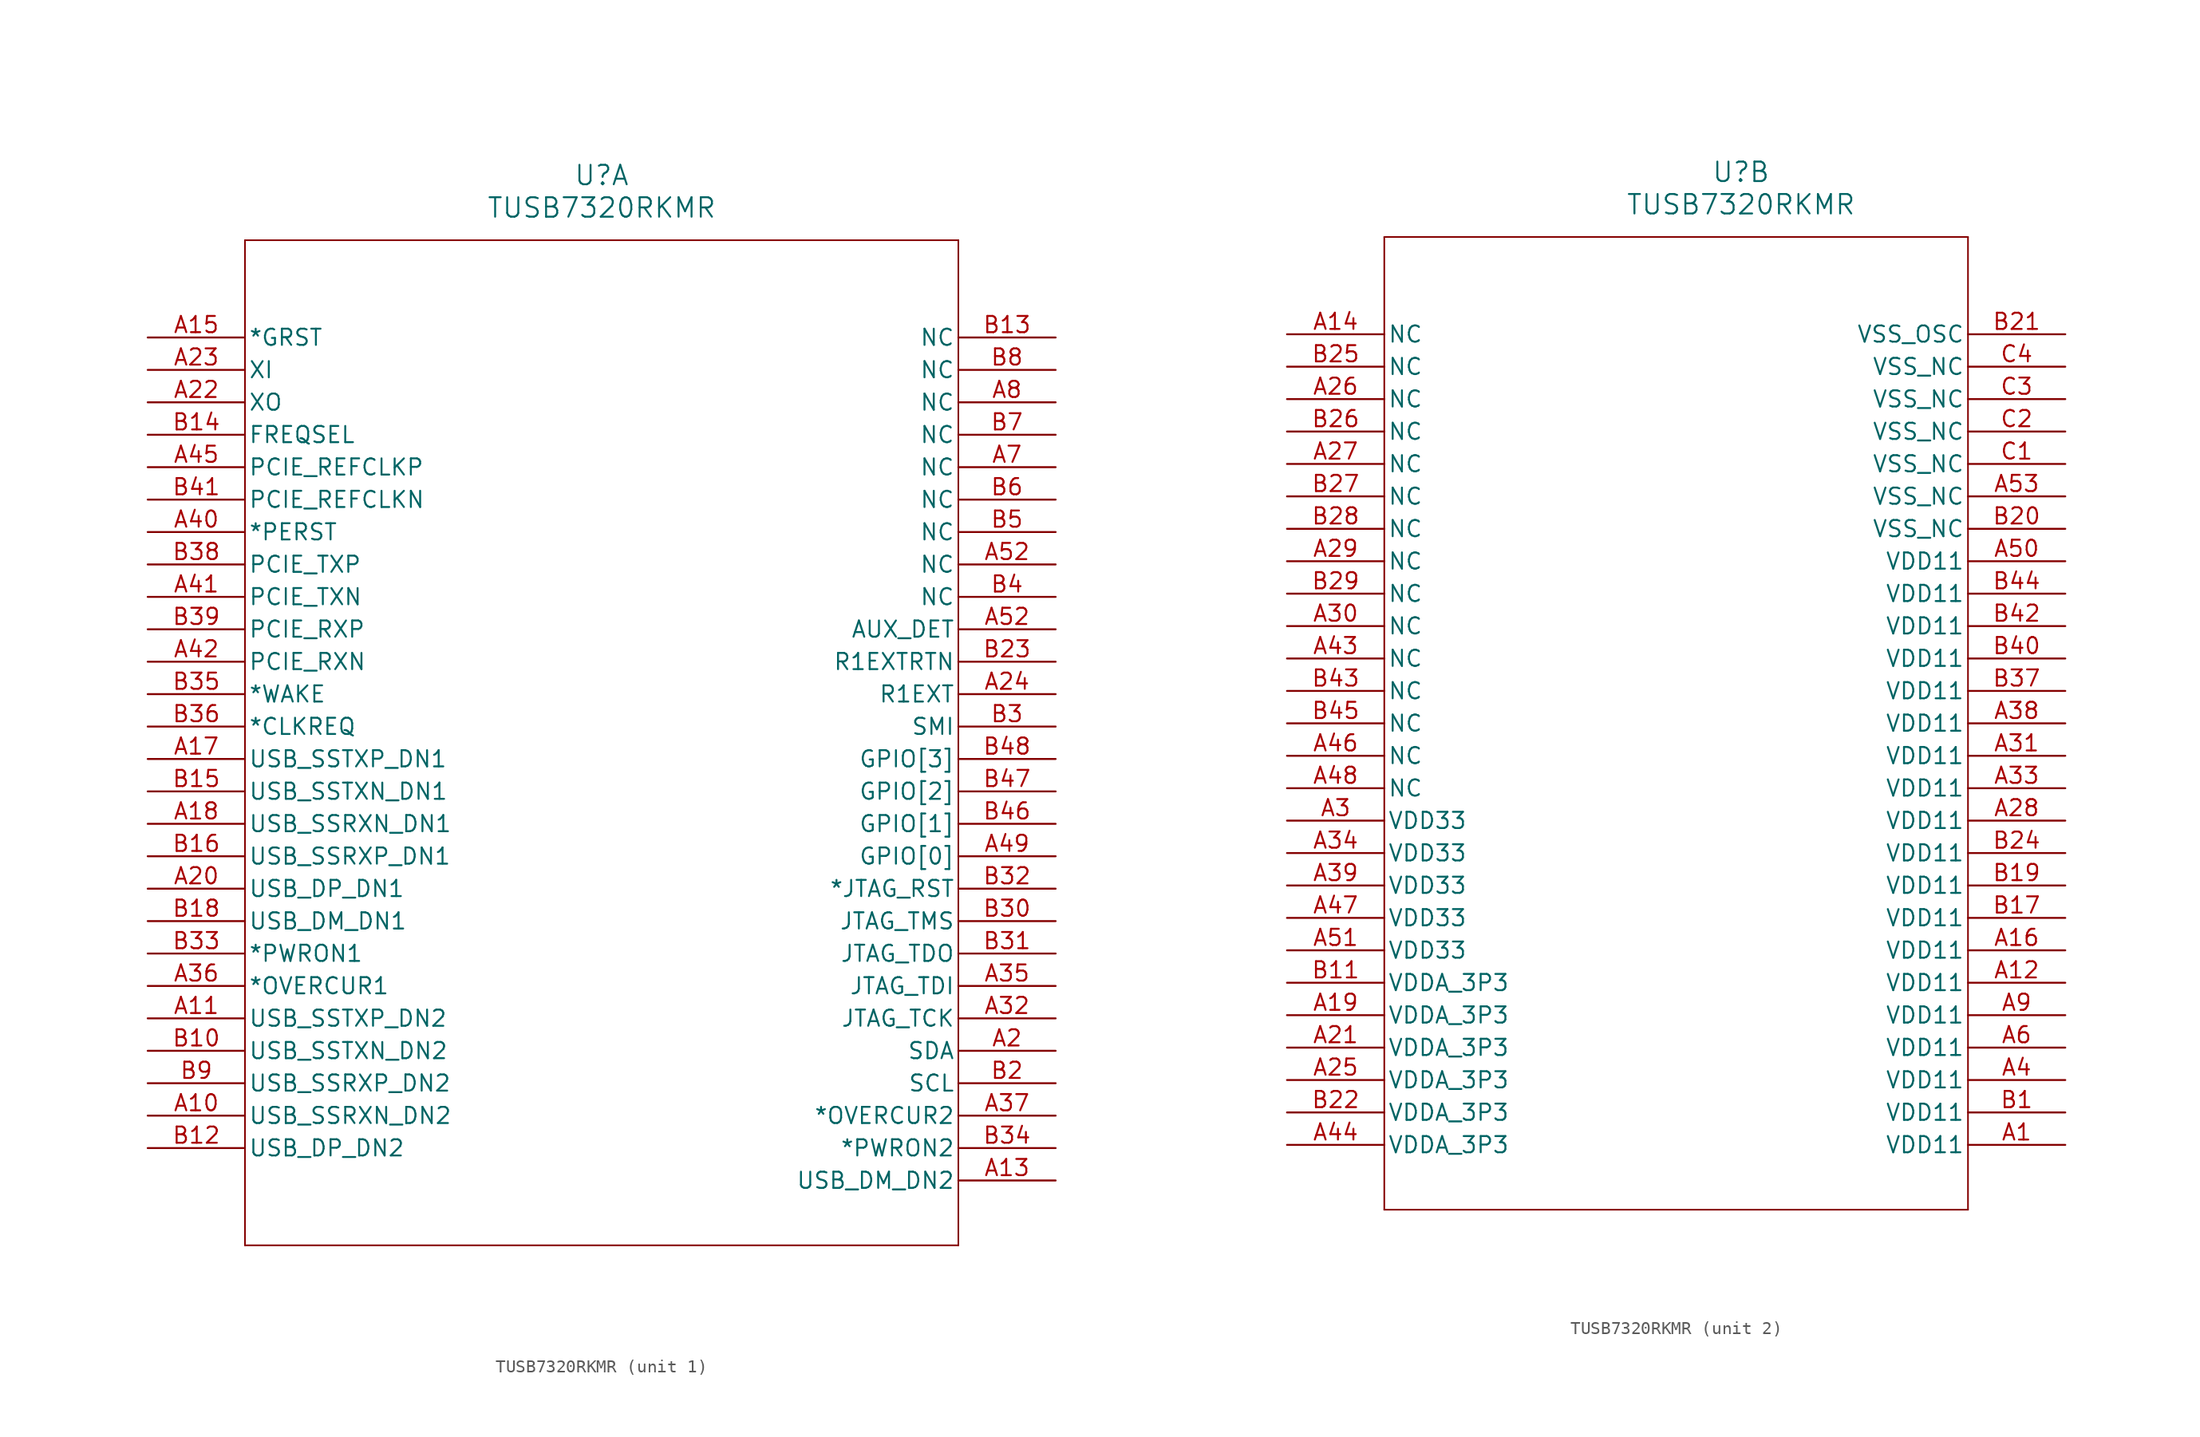
<source format=kicad_sym>
(kicad_symbol_lib
  (version 20211014)
  (generator kicad_symbol_editor)
  (symbol "TUSB7320RKMR"
    (pin_names
      (offset 0.254))
    (property "Reference" "U"
      (at 35.56 12.7 0)
      (effects (font (size 1.524 1.524))))
    (property "Value" "TUSB7320RKMR"
      (at 35.56 10.16 0)
      (effects (font (size 1.524 1.524))))
    (symbol "TUSB7320RKMR_1_1"
      (polyline (pts (xy 7.62 7.62) (xy 7.62 -71.12)) (stroke (width 0.127) (type default) (color 0 0 0 0)) (fill (type none)))
      (polyline (pts (xy 7.62 -71.12) (xy 63.5 -71.12)) (stroke (width 0.127) (type default) (color 0 0 0 0)) (fill (type none)))
      (polyline (pts (xy 63.5 -71.12) (xy 63.5 7.62)) (stroke (width 0.127) (type default) (color 0 0 0 0)) (fill (type none)))
      (polyline (pts (xy 63.5 7.62) (xy 7.62 7.62)) (stroke (width 0.127) (type default) (color 0 0 0 0)) (fill (type none)))
      (pin unspecified line (at 0 0 0) (length 7.62) (name "*GRST" (effects (font (size 1.27 1.27)))) (number "A15" (effects (font (size 1.27 1.27)))))
      (pin unspecified line (at 0 -2.54 0) (length 7.62) (name "XI" (effects (font (size 1.27 1.27)))) (number "A23" (effects (font (size 1.27 1.27)))))
      (pin unspecified line (at 0 -5.08 0) (length 7.62) (name "XO" (effects (font (size 1.27 1.27)))) (number "A22" (effects (font (size 1.27 1.27)))))
      (pin unspecified line (at 0 -7.62 0) (length 7.62) (name "FREQSEL" (effects (font (size 1.27 1.27)))) (number "B14" (effects (font (size 1.27 1.27)))))
      (pin unspecified line (at 0 -10.16 0) (length 7.62) (name "PCIE_REFCLKP" (effects (font (size 1.27 1.27)))) (number "A45" (effects (font (size 1.27 1.27)))))
      (pin unspecified line (at 0 -12.7 0) (length 7.62) (name "PCIE_REFCLKN" (effects (font (size 1.27 1.27)))) (number "B41" (effects (font (size 1.27 1.27)))))
      (pin unspecified line (at 0 -15.24 0) (length 7.62) (name "*PERST" (effects (font (size 1.27 1.27)))) (number "A40" (effects (font (size 1.27 1.27)))))
      (pin unspecified line (at 0 -17.78 0) (length 7.62) (name "PCIE_TXP" (effects (font (size 1.27 1.27)))) (number "B38" (effects (font (size 1.27 1.27)))))
      (pin unspecified line (at 0 -20.32 0) (length 7.62) (name "PCIE_TXN" (effects (font (size 1.27 1.27)))) (number "A41" (effects (font (size 1.27 1.27)))))
      (pin unspecified line (at 0 -22.86 0) (length 7.62) (name "PCIE_RXP" (effects (font (size 1.27 1.27)))) (number "B39" (effects (font (size 1.27 1.27)))))
      (pin unspecified line (at 0 -25.4 0) (length 7.62) (name "PCIE_RXN" (effects (font (size 1.27 1.27)))) (number "A42" (effects (font (size 1.27 1.27)))))
      (pin unspecified line (at 0 -27.94 0) (length 7.62) (name "*WAKE" (effects (font (size 1.27 1.27)))) (number "B35" (effects (font (size 1.27 1.27)))))
      (pin unspecified line (at 0 -30.48 0) (length 7.62) (name "*CLKREQ" (effects (font (size 1.27 1.27)))) (number "B36" (effects (font (size 1.27 1.27)))))
      (pin unspecified line (at 0 -33.02 0) (length 7.62) (name "USB_SSTXP_DN1" (effects (font (size 1.27 1.27)))) (number "A17" (effects (font (size 1.27 1.27)))))
      (pin unspecified line (at 0 -35.56 0) (length 7.62) (name "USB_SSTXN_DN1" (effects (font (size 1.27 1.27)))) (number "B15" (effects (font (size 1.27 1.27)))))
      (pin unspecified line (at 0 -38.1 0) (length 7.62) (name "USB_SSRXN_DN1" (effects (font (size 1.27 1.27)))) (number "A18" (effects (font (size 1.27 1.27)))))
      (pin unspecified line (at 0 -40.64 0) (length 7.62) (name "USB_SSRXP_DN1" (effects (font (size 1.27 1.27)))) (number "B16" (effects (font (size 1.27 1.27)))))
      (pin unspecified line (at 0 -43.18 0) (length 7.62) (name "USB_DP_DN1" (effects (font (size 1.27 1.27)))) (number "A20" (effects (font (size 1.27 1.27)))))
      (pin unspecified line (at 0 -45.72 0) (length 7.62) (name "USB_DM_DN1" (effects (font (size 1.27 1.27)))) (number "B18" (effects (font (size 1.27 1.27)))))
      (pin unspecified line (at 0 -48.26 0) (length 7.62) (name "*PWRON1" (effects (font (size 1.27 1.27)))) (number "B33" (effects (font (size 1.27 1.27)))))
      (pin unspecified line (at 0 -50.8 0) (length 7.62) (name "*OVERCUR1" (effects (font (size 1.27 1.27)))) (number "A36" (effects (font (size 1.27 1.27)))))
      (pin unspecified line (at 0 -53.34 0) (length 7.62) (name "USB_SSTXP_DN2" (effects (font (size 1.27 1.27)))) (number "A11" (effects (font (size 1.27 1.27)))))
      (pin unspecified line (at 0 -55.88 0) (length 7.62) (name "USB_SSTXN_DN2" (effects (font (size 1.27 1.27)))) (number "B10" (effects (font (size 1.27 1.27)))))
      (pin unspecified line (at 0 -58.42 0) (length 7.62) (name "USB_SSRXP_DN2" (effects (font (size 1.27 1.27)))) (number "B9" (effects (font (size 1.27 1.27)))))
      (pin unspecified line (at 0 -60.96 0) (length 7.62) (name "USB_SSRXN_DN2" (effects (font (size 1.27 1.27)))) (number "A10" (effects (font (size 1.27 1.27)))))
      (pin unspecified line (at 0 -63.5 0) (length 7.62) (name "USB_DP_DN2" (effects (font (size 1.27 1.27)))) (number "B12" (effects (font (size 1.27 1.27)))))
      (pin unspecified line (at 71.12 -66.04 180) (length 7.62) (name "USB_DM_DN2" (effects (font (size 1.27 1.27)))) (number "A13" (effects (font (size 1.27 1.27)))))
      (pin unspecified line (at 71.12 -63.5 180) (length 7.62) (name "*PWRON2" (effects (font (size 1.27 1.27)))) (number "B34" (effects (font (size 1.27 1.27)))))
      (pin unspecified line (at 71.12 -60.96 180) (length 7.62) (name "*OVERCUR2" (effects (font (size 1.27 1.27)))) (number "A37" (effects (font (size 1.27 1.27)))))
      (pin unspecified line (at 71.12 -58.42 180) (length 7.62) (name "SCL" (effects (font (size 1.27 1.27)))) (number "B2" (effects (font (size 1.27 1.27)))))
      (pin unspecified line (at 71.12 -55.88 180) (length 7.62) (name "SDA" (effects (font (size 1.27 1.27)))) (number "A2" (effects (font (size 1.27 1.27)))))
      (pin unspecified line (at 71.12 -53.34 180) (length 7.62) (name "JTAG_TCK" (effects (font (size 1.27 1.27)))) (number "A32" (effects (font (size 1.27 1.27)))))
      (pin unspecified line (at 71.12 -50.8 180) (length 7.62) (name "JTAG_TDI" (effects (font (size 1.27 1.27)))) (number "A35" (effects (font (size 1.27 1.27)))))
      (pin unspecified line (at 71.12 -48.26 180) (length 7.62) (name "JTAG_TDO" (effects (font (size 1.27 1.27)))) (number "B31" (effects (font (size 1.27 1.27)))))
      (pin unspecified line (at 71.12 -45.72 180) (length 7.62) (name "JTAG_TMS" (effects (font (size 1.27 1.27)))) (number "B30" (effects (font (size 1.27 1.27)))))
      (pin unspecified line (at 71.12 -43.18 180) (length 7.62) (name "*JTAG_RST" (effects (font (size 1.27 1.27)))) (number "B32" (effects (font (size 1.27 1.27)))))
      (pin unspecified line (at 71.12 -40.64 180) (length 7.62) (name "GPIO[0]" (effects (font (size 1.27 1.27)))) (number "A49" (effects (font (size 1.27 1.27)))))
      (pin unspecified line (at 71.12 -38.1 180) (length 7.62) (name "GPIO[1]" (effects (font (size 1.27 1.27)))) (number "B46" (effects (font (size 1.27 1.27)))))
      (pin unspecified line (at 71.12 -35.56 180) (length 7.62) (name "GPIO[2]" (effects (font (size 1.27 1.27)))) (number "B47" (effects (font (size 1.27 1.27)))))
      (pin unspecified line (at 71.12 -33.02 180) (length 7.62) (name "GPIO[3]" (effects (font (size 1.27 1.27)))) (number "B48" (effects (font (size 1.27 1.27)))))
      (pin unspecified line (at 71.12 -30.48 180) (length 7.62) (name "SMI" (effects (font (size 1.27 1.27)))) (number "B3" (effects (font (size 1.27 1.27)))))
      (pin unspecified line (at 71.12 -27.94 180) (length 7.62) (name "R1EXT" (effects (font (size 1.27 1.27)))) (number "A24" (effects (font (size 1.27 1.27)))))
      (pin unspecified line (at 71.12 -25.4 180) (length 7.62) (name "R1EXTRTN" (effects (font (size 1.27 1.27)))) (number "B23" (effects (font (size 1.27 1.27)))))
      (pin unspecified line (at 71.12 -22.86 180) (length 7.62) (name "AUX_DET" (effects (font (size 1.27 1.27)))) (number "A52" (effects (font (size 1.27 1.27)))))
      (pin unspecified line (at 71.12 -20.32 180) (length 7.62) (name "NC" (effects (font (size 1.27 1.27)))) (number "B4" (effects (font (size 1.27 1.27)))))
      (pin unspecified line (at 71.12 -17.78 180) (length 7.62) (name "NC" (effects (font (size 1.27 1.27)))) (number "A52" (effects (font (size 1.27 1.27)))))
      (pin unspecified line (at 71.12 -15.24 180) (length 7.62) (name "NC" (effects (font (size 1.27 1.27)))) (number "B5" (effects (font (size 1.27 1.27)))))
      (pin unspecified line (at 71.12 -12.7 180) (length 7.62) (name "NC" (effects (font (size 1.27 1.27)))) (number "B6" (effects (font (size 1.27 1.27)))))
      (pin unspecified line (at 71.12 -10.16 180) (length 7.62) (name "NC" (effects (font (size 1.27 1.27)))) (number "A7" (effects (font (size 1.27 1.27)))))
      (pin unspecified line (at 71.12 -7.62 180) (length 7.62) (name "NC" (effects (font (size 1.27 1.27)))) (number "B7" (effects (font (size 1.27 1.27)))))
      (pin unspecified line (at 71.12 -5.08 180) (length 7.62) (name "NC" (effects (font (size 1.27 1.27)))) (number "A8" (effects (font (size 1.27 1.27)))))
      (pin unspecified line (at 71.12 -2.54 180) (length 7.62) (name "NC" (effects (font (size 1.27 1.27)))) (number "B8" (effects (font (size 1.27 1.27)))))
      (pin unspecified line (at 71.12 0 180) (length 7.62) (name "NC" (effects (font (size 1.27 1.27)))) (number "B13" (effects (font (size 1.27 1.27))))))
    (symbol "TUSB7320RKMR_2_1"
      (polyline (pts (xy 7.62 7.62) (xy 7.62 -68.58)) (stroke (width 0.127) (type default) (color 0 0 0 0)) (fill (type none)))
      (polyline (pts (xy 7.62 -68.58) (xy 53.34 -68.58)) (stroke (width 0.127) (type default) (color 0 0 0 0)) (fill (type none)))
      (polyline (pts (xy 53.34 -68.58) (xy 53.34 7.62)) (stroke (width 0.127) (type default) (color 0 0 0 0)) (fill (type none)))
      (polyline (pts (xy 53.34 7.62) (xy 7.62 7.62)) (stroke (width 0.127) (type default) (color 0 0 0 0)) (fill (type none)))
      (pin unspecified line (at 0 0 0) (length 7.62) (name "NC" (effects (font (size 1.27 1.27)))) (number "A14" (effects (font (size 1.27 1.27)))))
      (pin unspecified line (at 0 -2.54 0) (length 7.62) (name "NC" (effects (font (size 1.27 1.27)))) (number "B25" (effects (font (size 1.27 1.27)))))
      (pin unspecified line (at 0 -5.08 0) (length 7.62) (name "NC" (effects (font (size 1.27 1.27)))) (number "A26" (effects (font (size 1.27 1.27)))))
      (pin unspecified line (at 0 -7.62 0) (length 7.62) (name "NC" (effects (font (size 1.27 1.27)))) (number "B26" (effects (font (size 1.27 1.27)))))
      (pin unspecified line (at 0 -10.16 0) (length 7.62) (name "NC" (effects (font (size 1.27 1.27)))) (number "A27" (effects (font (size 1.27 1.27)))))
      (pin unspecified line (at 0 -12.7 0) (length 7.62) (name "NC" (effects (font (size 1.27 1.27)))) (number "B27" (effects (font (size 1.27 1.27)))))
      (pin unspecified line (at 0 -15.24 0) (length 7.62) (name "NC" (effects (font (size 1.27 1.27)))) (number "B28" (effects (font (size 1.27 1.27)))))
      (pin unspecified line (at 0 -17.78 0) (length 7.62) (name "NC" (effects (font (size 1.27 1.27)))) (number "A29" (effects (font (size 1.27 1.27)))))
      (pin unspecified line (at 0 -20.32 0) (length 7.62) (name "NC" (effects (font (size 1.27 1.27)))) (number "B29" (effects (font (size 1.27 1.27)))))
      (pin unspecified line (at 0 -22.86 0) (length 7.62) (name "NC" (effects (font (size 1.27 1.27)))) (number "A30" (effects (font (size 1.27 1.27)))))
      (pin unspecified line (at 0 -25.4 0) (length 7.62) (name "NC" (effects (font (size 1.27 1.27)))) (number "A43" (effects (font (size 1.27 1.27)))))
      (pin unspecified line (at 0 -27.94 0) (length 7.62) (name "NC" (effects (font (size 1.27 1.27)))) (number "B43" (effects (font (size 1.27 1.27)))))
      (pin unspecified line (at 0 -30.48 0) (length 7.62) (name "NC" (effects (font (size 1.27 1.27)))) (number "B45" (effects (font (size 1.27 1.27)))))
      (pin unspecified line (at 0 -33.02 0) (length 7.62) (name "NC" (effects (font (size 1.27 1.27)))) (number "A46" (effects (font (size 1.27 1.27)))))
      (pin unspecified line (at 0 -35.56 0) (length 7.62) (name "NC" (effects (font (size 1.27 1.27)))) (number "A48" (effects (font (size 1.27 1.27)))))
      (pin unspecified line (at 0 -38.1 0) (length 7.62) (name "VDD33" (effects (font (size 1.27 1.27)))) (number "A3" (effects (font (size 1.27 1.27)))))
      (pin unspecified line (at 0 -40.64 0) (length 7.62) (name "VDD33" (effects (font (size 1.27 1.27)))) (number "A34" (effects (font (size 1.27 1.27)))))
      (pin unspecified line (at 0 -43.18 0) (length 7.62) (name "VDD33" (effects (font (size 1.27 1.27)))) (number "A39" (effects (font (size 1.27 1.27)))))
      (pin unspecified line (at 0 -45.72 0) (length 7.62) (name "VDD33" (effects (font (size 1.27 1.27)))) (number "A47" (effects (font (size 1.27 1.27)))))
      (pin unspecified line (at 0 -48.26 0) (length 7.62) (name "VDD33" (effects (font (size 1.27 1.27)))) (number "A51" (effects (font (size 1.27 1.27)))))
      (pin unspecified line (at 0 -50.8 0) (length 7.62) (name "VDDA_3P3" (effects (font (size 1.27 1.27)))) (number "B11" (effects (font (size 1.27 1.27)))))
      (pin unspecified line (at 0 -53.34 0) (length 7.62) (name "VDDA_3P3" (effects (font (size 1.27 1.27)))) (number "A19" (effects (font (size 1.27 1.27)))))
      (pin unspecified line (at 0 -55.88 0) (length 7.62) (name "VDDA_3P3" (effects (font (size 1.27 1.27)))) (number "A21" (effects (font (size 1.27 1.27)))))
      (pin unspecified line (at 0 -58.42 0) (length 7.62) (name "VDDA_3P3" (effects (font (size 1.27 1.27)))) (number "A25" (effects (font (size 1.27 1.27)))))
      (pin unspecified line (at 0 -60.96 0) (length 7.62) (name "VDDA_3P3" (effects (font (size 1.27 1.27)))) (number "B22" (effects (font (size 1.27 1.27)))))
      (pin unspecified line (at 0 -63.5 0) (length 7.62) (name "VDDA_3P3" (effects (font (size 1.27 1.27)))) (number "A44" (effects (font (size 1.27 1.27)))))
      (pin unspecified line (at 60.96 -63.5 180) (length 7.62) (name "VDD11" (effects (font (size 1.27 1.27)))) (number "A1" (effects (font (size 1.27 1.27)))))
      (pin unspecified line (at 60.96 -60.96 180) (length 7.62) (name "VDD11" (effects (font (size 1.27 1.27)))) (number "B1" (effects (font (size 1.27 1.27)))))
      (pin unspecified line (at 60.96 -58.42 180) (length 7.62) (name "VDD11" (effects (font (size 1.27 1.27)))) (number "A4" (effects (font (size 1.27 1.27)))))
      (pin unspecified line (at 60.96 -55.88 180) (length 7.62) (name "VDD11" (effects (font (size 1.27 1.27)))) (number "A6" (effects (font (size 1.27 1.27)))))
      (pin unspecified line (at 60.96 -53.34 180) (length 7.62) (name "VDD11" (effects (font (size 1.27 1.27)))) (number "A9" (effects (font (size 1.27 1.27)))))
      (pin unspecified line (at 60.96 -50.8 180) (length 7.62) (name "VDD11" (effects (font (size 1.27 1.27)))) (number "A12" (effects (font (size 1.27 1.27)))))
      (pin unspecified line (at 60.96 -48.26 180) (length 7.62) (name "VDD11" (effects (font (size 1.27 1.27)))) (number "A16" (effects (font (size 1.27 1.27)))))
      (pin unspecified line (at 60.96 -45.72 180) (length 7.62) (name "VDD11" (effects (font (size 1.27 1.27)))) (number "B17" (effects (font (size 1.27 1.27)))))
      (pin unspecified line (at 60.96 -43.18 180) (length 7.62) (name "VDD11" (effects (font (size 1.27 1.27)))) (number "B19" (effects (font (size 1.27 1.27)))))
      (pin unspecified line (at 60.96 -40.64 180) (length 7.62) (name "VDD11" (effects (font (size 1.27 1.27)))) (number "B24" (effects (font (size 1.27 1.27)))))
      (pin unspecified line (at 60.96 -38.1 180) (length 7.62) (name "VDD11" (effects (font (size 1.27 1.27)))) (number "A28" (effects (font (size 1.27 1.27)))))
      (pin unspecified line (at 60.96 -35.56 180) (length 7.62) (name "VDD11" (effects (font (size 1.27 1.27)))) (number "A33" (effects (font (size 1.27 1.27)))))
      (pin unspecified line (at 60.96 -33.02 180) (length 7.62) (name "VDD11" (effects (font (size 1.27 1.27)))) (number "A31" (effects (font (size 1.27 1.27)))))
      (pin unspecified line (at 60.96 -30.48 180) (length 7.62) (name "VDD11" (effects (font (size 1.27 1.27)))) (number "A38" (effects (font (size 1.27 1.27)))))
      (pin unspecified line (at 60.96 -27.94 180) (length 7.62) (name "VDD11" (effects (font (size 1.27 1.27)))) (number "B37" (effects (font (size 1.27 1.27)))))
      (pin unspecified line (at 60.96 -25.4 180) (length 7.62) (name "VDD11" (effects (font (size 1.27 1.27)))) (number "B40" (effects (font (size 1.27 1.27)))))
      (pin unspecified line (at 60.96 -22.86 180) (length 7.62) (name "VDD11" (effects (font (size 1.27 1.27)))) (number "B42" (effects (font (size 1.27 1.27)))))
      (pin unspecified line (at 60.96 -20.32 180) (length 7.62) (name "VDD11" (effects (font (size 1.27 1.27)))) (number "B44" (effects (font (size 1.27 1.27)))))
      (pin unspecified line (at 60.96 -17.78 180) (length 7.62) (name "VDD11" (effects (font (size 1.27 1.27)))) (number "A50" (effects (font (size 1.27 1.27)))))
      (pin unspecified line (at 60.96 -15.24 180) (length 7.62) (name "VSS_NC" (effects (font (size 1.27 1.27)))) (number "B20" (effects (font (size 1.27 1.27)))))
      (pin unspecified line (at 60.96 -12.7 180) (length 7.62) (name "VSS_NC" (effects (font (size 1.27 1.27)))) (number "A53" (effects (font (size 1.27 1.27)))))
      (pin unspecified line (at 60.96 -10.16 180) (length 7.62) (name "VSS_NC" (effects (font (size 1.27 1.27)))) (number "C1" (effects (font (size 1.27 1.27)))))
      (pin unspecified line (at 60.96 -7.62 180) (length 7.62) (name "VSS_NC" (effects (font (size 1.27 1.27)))) (number "C2" (effects (font (size 1.27 1.27)))))
      (pin unspecified line (at 60.96 -5.08 180) (length 7.62) (name "VSS_NC" (effects (font (size 1.27 1.27)))) (number "C3" (effects (font (size 1.27 1.27)))))
      (pin unspecified line (at 60.96 -2.54 180) (length 7.62) (name "VSS_NC" (effects (font (size 1.27 1.27)))) (number "C4" (effects (font (size 1.27 1.27)))))
      (pin unspecified line (at 60.96 0 180) (length 7.62) (name "VSS_OSC" (effects (font (size 1.27 1.27)))) (number "B21" (effects (font (size 1.27 1.27))))))))
</source>
